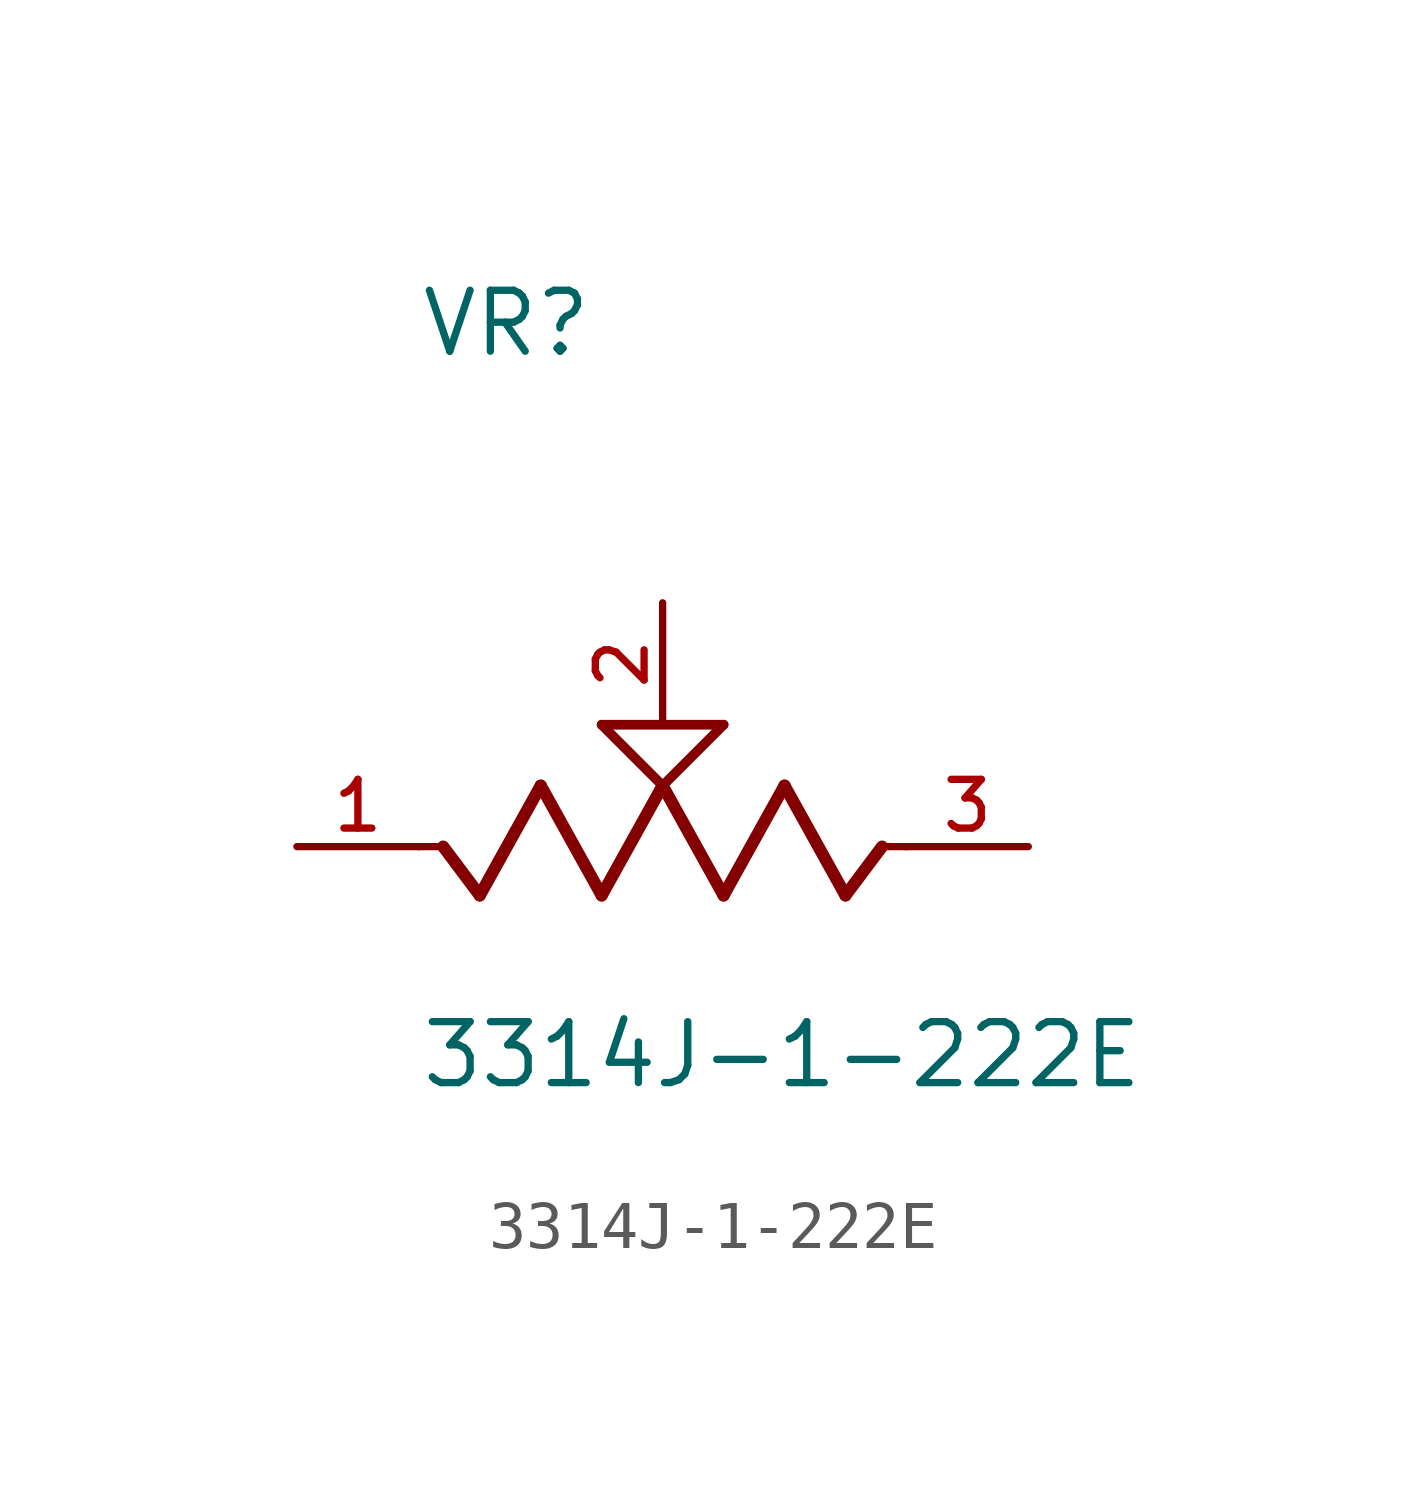
<source format=kicad_sym>
(kicad_symbol_lib
  (version 20211014)
  (generator kicad_symbol_editor)
  (symbol "3314J-1-222E"
    (pin_names
      (offset 1.016))
    (property "Reference" "VR"
      (at -5.08 10.16 0)
      (effects (font (size 1.27 1.27)) (justify bottom left)))
    (property "Value" "3314J-1-222E"
      (at -5.08 -5.08 0)
      (effects (font (size 1.27 1.27)) (justify bottom left)))
    (symbol "3314J-1-222E_0_0"
      (polyline (pts (xy 5.08 0.0) (xy 4.572 0.0)) (stroke (width 0.152)))
      (polyline (pts (xy 4.572 0.0) (xy 3.81 -1.016)) (stroke (width 0.254)))
      (polyline (pts (xy 3.81 -1.016) (xy 2.54 1.27)) (stroke (width 0.254)))
      (polyline (pts (xy 2.54 1.27) (xy 1.27 -1.016)) (stroke (width 0.254)))
      (polyline (pts (xy 1.27 -1.016) (xy 0.0 1.27)) (stroke (width 0.254)))
      (polyline (pts (xy 0.0 1.27) (xy -1.27 -1.016)) (stroke (width 0.254)))
      (polyline (pts (xy -1.27 -1.016) (xy -2.54 1.27)) (stroke (width 0.254)))
      (polyline (pts (xy -2.54 1.27) (xy -3.81 -1.016)) (stroke (width 0.254)))
      (polyline (pts (xy -3.81 -1.016) (xy -4.572 0.0)) (stroke (width 0.254)))
      (polyline (pts (xy -4.572 0.0) (xy -5.08 0.0)) (stroke (width 0.152)))
      (polyline (pts (xy 0.0 1.27) (xy -1.27 2.54)) (stroke (width 0.203)))
      (polyline (pts (xy 1.27 2.54) (xy 0.0 1.27)) (stroke (width 0.203)))
      (polyline (pts (xy -1.27 2.54) (xy 1.27 2.54)) (stroke (width 0.203)))
      (pin passive line (at 7.62 0.0 180.0) (length 2.54) (name "~" (effects (font (size 1.016 1.016)))) (number "3" (effects (font (size 1.016 1.016)))))
      (pin passive line (at -7.62 0.0 0) (length 2.54) (name "~" (effects (font (size 1.016 1.016)))) (number "1" (effects (font (size 1.016 1.016)))))
      (pin passive line (at 0.0 5.08 270.0) (length 2.54) (name "~" (effects (font (size 1.016 1.016)))) (number "2" (effects (font (size 1.016 1.016))))))))
</source>
